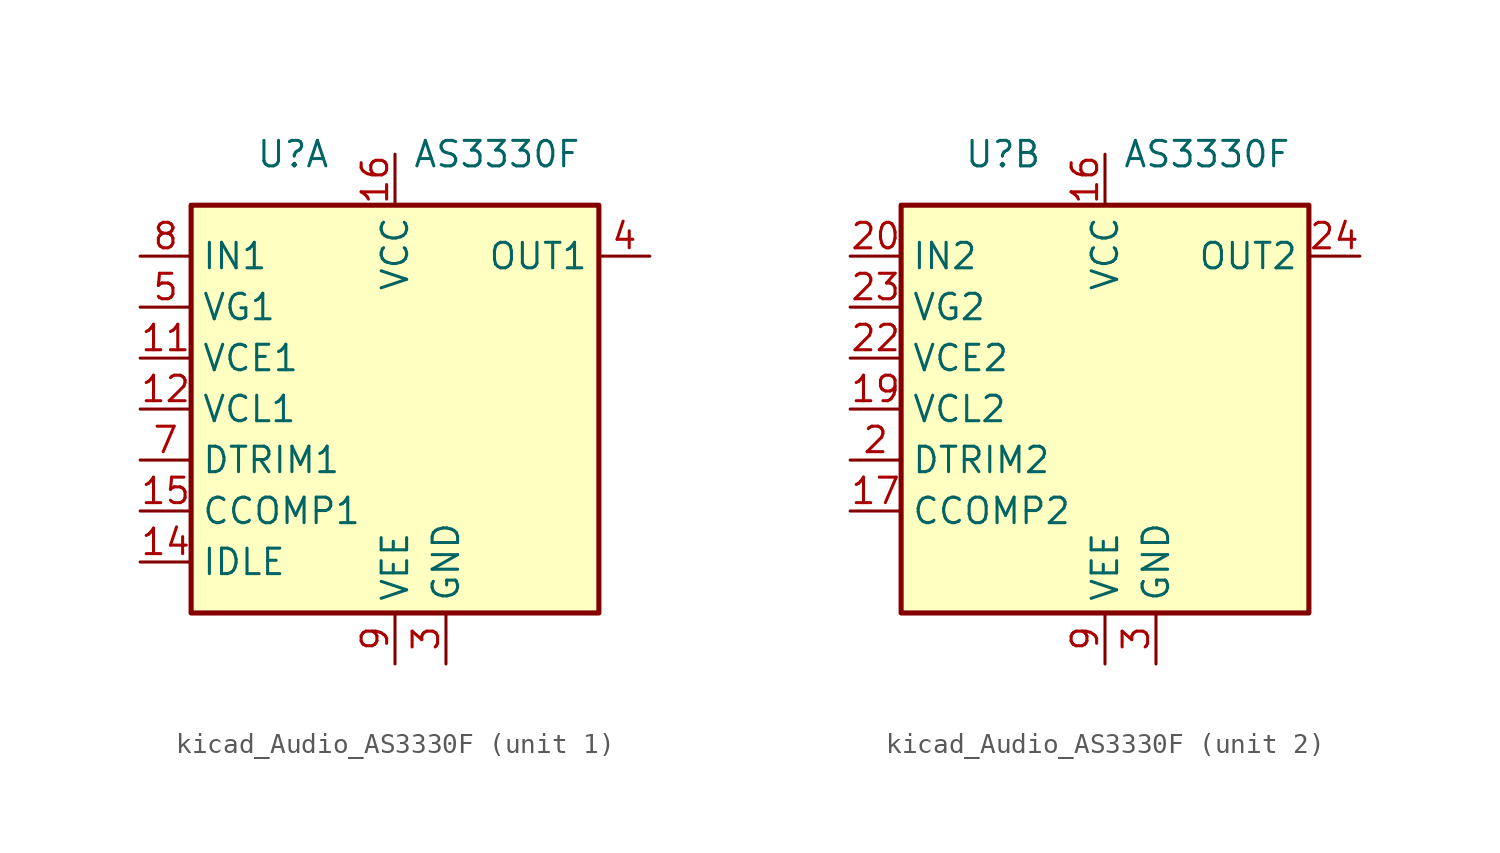
<source format=kicad_sym>
(kicad_symbol_lib
  (version 20220914)
  (generator kicad_symbol_editor)
  (symbol "kicad_Audio_AS3330F"
    (property "Reference" "U"
      (at -5.08 12.7 0)
      (effects (font (size 1.27 1.27))))
    (property "Value" "AS3330F"
      (at 5.08 12.7 0)
      (effects (font (size 1.27 1.27))))
    (symbol "kicad_Audio_AS3330F_0_1"
      (rectangle (start -10.16 10.16) (end 10.16 -10.16) (stroke (width 0.254) (type default)) (fill (type background)))
      (pin power_in line (at 0 12.7 270) (length 2.54) (name "VCC" (effects (font (size 1.27 1.27)))) (number "16" (effects (font (size 1.27 1.27)))))
      (pin power_in line (at 2.54 -12.7 90) (length 2.54) (name "GND" (effects (font (size 1.27 1.27)))) (number "3" (effects (font (size 1.27 1.27)))))
      (pin power_in line (at 0 -12.7 90) (length 2.54) (name "VEE" (effects (font (size 1.27 1.27)))) (number "9" (effects (font (size 1.27 1.27))))))
    (symbol "kicad_Audio_AS3330F_1_1"
      (pin no_connect line (at 10.16 5.08 180) (length 2.54) hide (name "NC" (effects (font (size 1.27 1.27)))) (number "1" (effects (font (size 1.27 1.27)))))
      (pin no_connect line (at 10.16 0 180) (length 2.54) hide (name "NC" (effects (font (size 1.27 1.27)))) (number "10" (effects (font (size 1.27 1.27)))))
      (pin input line (at -12.7 2.54 0) (length 2.54) (name "VCE1" (effects (font (size 1.27 1.27)))) (number "11" (effects (font (size 1.27 1.27)))))
      (pin input line (at -12.7 0 0) (length 2.54) (name "VCL1" (effects (font (size 1.27 1.27)))) (number "12" (effects (font (size 1.27 1.27)))))
      (pin no_connect line (at 10.16 -2.54 180) (length 2.54) hide (name "NC" (effects (font (size 1.27 1.27)))) (number "13" (effects (font (size 1.27 1.27)))))
      (pin passive line (at -12.7 -7.62 0) (length 2.54) (name "IDLE" (effects (font (size 1.27 1.27)))) (number "14" (effects (font (size 1.27 1.27)))))
      (pin passive line (at -12.7 -5.08 0) (length 2.54) (name "CCOMP1" (effects (font (size 1.27 1.27)))) (number "15" (effects (font (size 1.27 1.27)))))
      (pin no_connect line (at 10.16 -5.08 180) (length 2.54) hide (name "NC" (effects (font (size 1.27 1.27)))) (number "18" (effects (font (size 1.27 1.27)))))
      (pin no_connect line (at 10.16 -7.62 180) (length 2.54) hide (name "NC" (effects (font (size 1.27 1.27)))) (number "21" (effects (font (size 1.27 1.27)))))
      (pin output line (at 12.7 7.62 180) (length 2.54) (name "OUT1" (effects (font (size 1.27 1.27)))) (number "4" (effects (font (size 1.27 1.27)))))
      (pin input line (at -12.7 5.08 0) (length 2.54) (name "VG1" (effects (font (size 1.27 1.27)))) (number "5" (effects (font (size 1.27 1.27)))))
      (pin no_connect line (at 10.16 2.54 180) (length 2.54) hide (name "NC" (effects (font (size 1.27 1.27)))) (number "6" (effects (font (size 1.27 1.27)))))
      (pin passive line (at -12.7 -2.54 0) (length 2.54) (name "DTRIM1" (effects (font (size 1.27 1.27)))) (number "7" (effects (font (size 1.27 1.27)))))
      (pin input line (at -12.7 7.62 0) (length 2.54) (name "IN1" (effects (font (size 1.27 1.27)))) (number "8" (effects (font (size 1.27 1.27))))))
    (symbol "kicad_Audio_AS3330F_2_1"
      (pin passive line (at -12.7 -5.08 0) (length 2.54) (name "CCOMP2" (effects (font (size 1.27 1.27)))) (number "17" (effects (font (size 1.27 1.27)))))
      (pin input line (at -12.7 0 0) (length 2.54) (name "VCL2" (effects (font (size 1.27 1.27)))) (number "19" (effects (font (size 1.27 1.27)))))
      (pin passive line (at -12.7 -2.54 0) (length 2.54) (name "DTRIM2" (effects (font (size 1.27 1.27)))) (number "2" (effects (font (size 1.27 1.27)))))
      (pin input line (at -12.7 7.62 0) (length 2.54) (name "IN2" (effects (font (size 1.27 1.27)))) (number "20" (effects (font (size 1.27 1.27)))))
      (pin input line (at -12.7 2.54 0) (length 2.54) (name "VCE2" (effects (font (size 1.27 1.27)))) (number "22" (effects (font (size 1.27 1.27)))))
      (pin input line (at -12.7 5.08 0) (length 2.54) (name "VG2" (effects (font (size 1.27 1.27)))) (number "23" (effects (font (size 1.27 1.27)))))
      (pin output line (at 12.7 7.62 180) (length 2.54) (name "OUT2" (effects (font (size 1.27 1.27)))) (number "24" (effects (font (size 1.27 1.27))))))))
</source>
